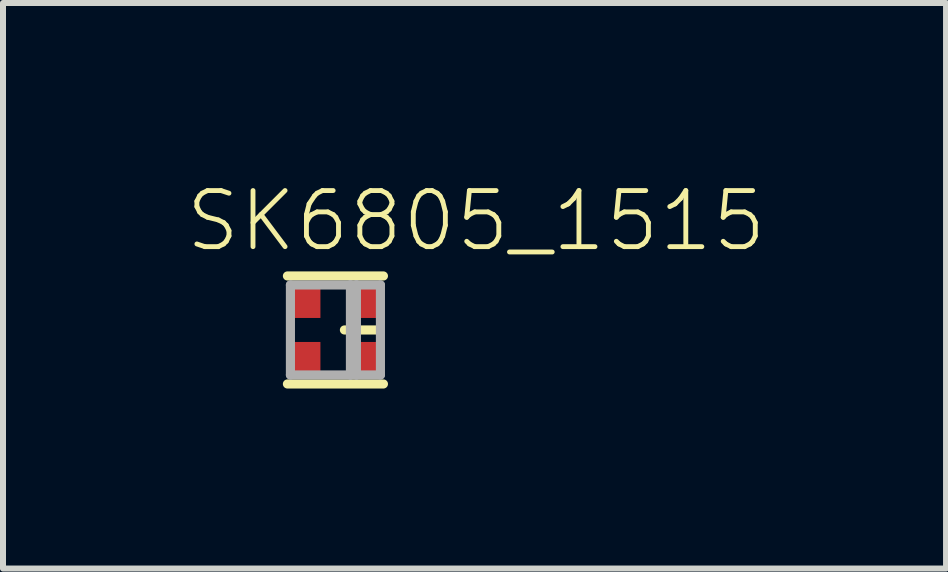
<source format=kicad_pcb>
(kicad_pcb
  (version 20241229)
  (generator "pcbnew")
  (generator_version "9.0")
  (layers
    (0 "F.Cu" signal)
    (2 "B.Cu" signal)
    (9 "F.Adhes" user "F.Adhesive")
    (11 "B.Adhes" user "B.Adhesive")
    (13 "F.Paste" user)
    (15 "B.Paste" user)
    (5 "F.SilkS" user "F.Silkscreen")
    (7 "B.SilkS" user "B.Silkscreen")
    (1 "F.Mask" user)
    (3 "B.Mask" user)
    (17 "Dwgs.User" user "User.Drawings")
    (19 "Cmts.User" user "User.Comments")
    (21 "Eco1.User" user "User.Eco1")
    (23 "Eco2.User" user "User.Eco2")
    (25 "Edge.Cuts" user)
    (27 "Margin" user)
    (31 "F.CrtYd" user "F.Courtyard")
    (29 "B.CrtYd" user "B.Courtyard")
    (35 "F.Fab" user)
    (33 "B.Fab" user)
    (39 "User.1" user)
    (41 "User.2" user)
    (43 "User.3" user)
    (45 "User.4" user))
  (footprint "SK6805_1515"
    (layer "F.Cu")
    (at 2.54 2.449)
    (property "Reference" "SK6805_1515" (at -2.54 -1.27 0) (layer "F.SilkS") (effects (font (size 0.935 0.935) (thickness 0.081)) (justify left bottom)))
    (fp_line (start -0.8 -0.9) (end 0.8 -0.9) (stroke (width 0.152) (type solid)) (layer "F.SilkS"))
    (fp_line (start -0.8 0.9) (end 0.8 0.9) (stroke (width 0.152) (type solid)) (layer "F.SilkS"))
    (fp_line (start 0.7 0) (end 0.15 0) (stroke (width 0.152) (type solid)) (layer "F.SilkS"))
    (fp_line (start -0.75 -0.75) (end 0.25 -0.75) (stroke (width 0.152) (type solid)) (layer "F.Fab"))
    (fp_line (start -0.75 0.75) (end -0.75 -0.75) (stroke (width 0.152) (type solid)) (layer "F.Fab"))
    (fp_line (start 0.25 -0.75) (end 0.25 0.75) (stroke (width 0.152) (type solid)) (layer "F.Fab"))
    (fp_line (start 0.25 0.75) (end -0.75 0.75) (stroke (width 0.152) (type solid)) (layer "F.Fab"))
    (fp_line (start 0.25 0.75) (end 0.35 0.75) (stroke (width 0.152) (type solid)) (layer "F.Fab"))
    (fp_line (start 0.35 -0.75) (end 0.25 -0.75) (stroke (width 0.152) (type solid)) (layer "F.Fab"))
    (fp_line (start 0.35 -0.75) (end 0.75 -0.75) (stroke (width 0.152) (type solid)) (layer "F.Fab"))
    (fp_line (start 0.35 0.75) (end 0.35 -0.75) (stroke (width 0.152) (type solid)) (layer "F.Fab"))
    (fp_line (start 0.75 -0.75) (end 0.75 0.75) (stroke (width 0.152) (type solid)) (layer "F.Fab"))
    (fp_line (start 0.75 0.75) (end 0.35 0.75) (stroke (width 0.152) (type solid)) (layer "F.Fab"))
    (pad "1" smd rect (at -0.5 0.45) (size 0.5 0.5) (layers "F.Cu" "F.Mask" "F.Paste"))
    (pad "2" smd rect (at 0.5 0.45) (size 0.5 0.5) (layers "F.Cu" "F.Mask" "F.Paste"))
    (pad "3" smd rect (at 0.5 -0.45) (size 0.5 0.5) (layers "F.Cu" "F.Mask" "F.Paste"))
    (pad "4" smd rect (at -0.5 -0.45) (size 0.5 0.5) (layers "F.Cu" "F.Mask" "F.Paste")))
  (gr_rect
    (start -3 -3)
    (end 12.716 6.425)
    (stroke (width 0.1) (type default))
    (fill no)
    (layer "Edge.Cuts")))
</source>
